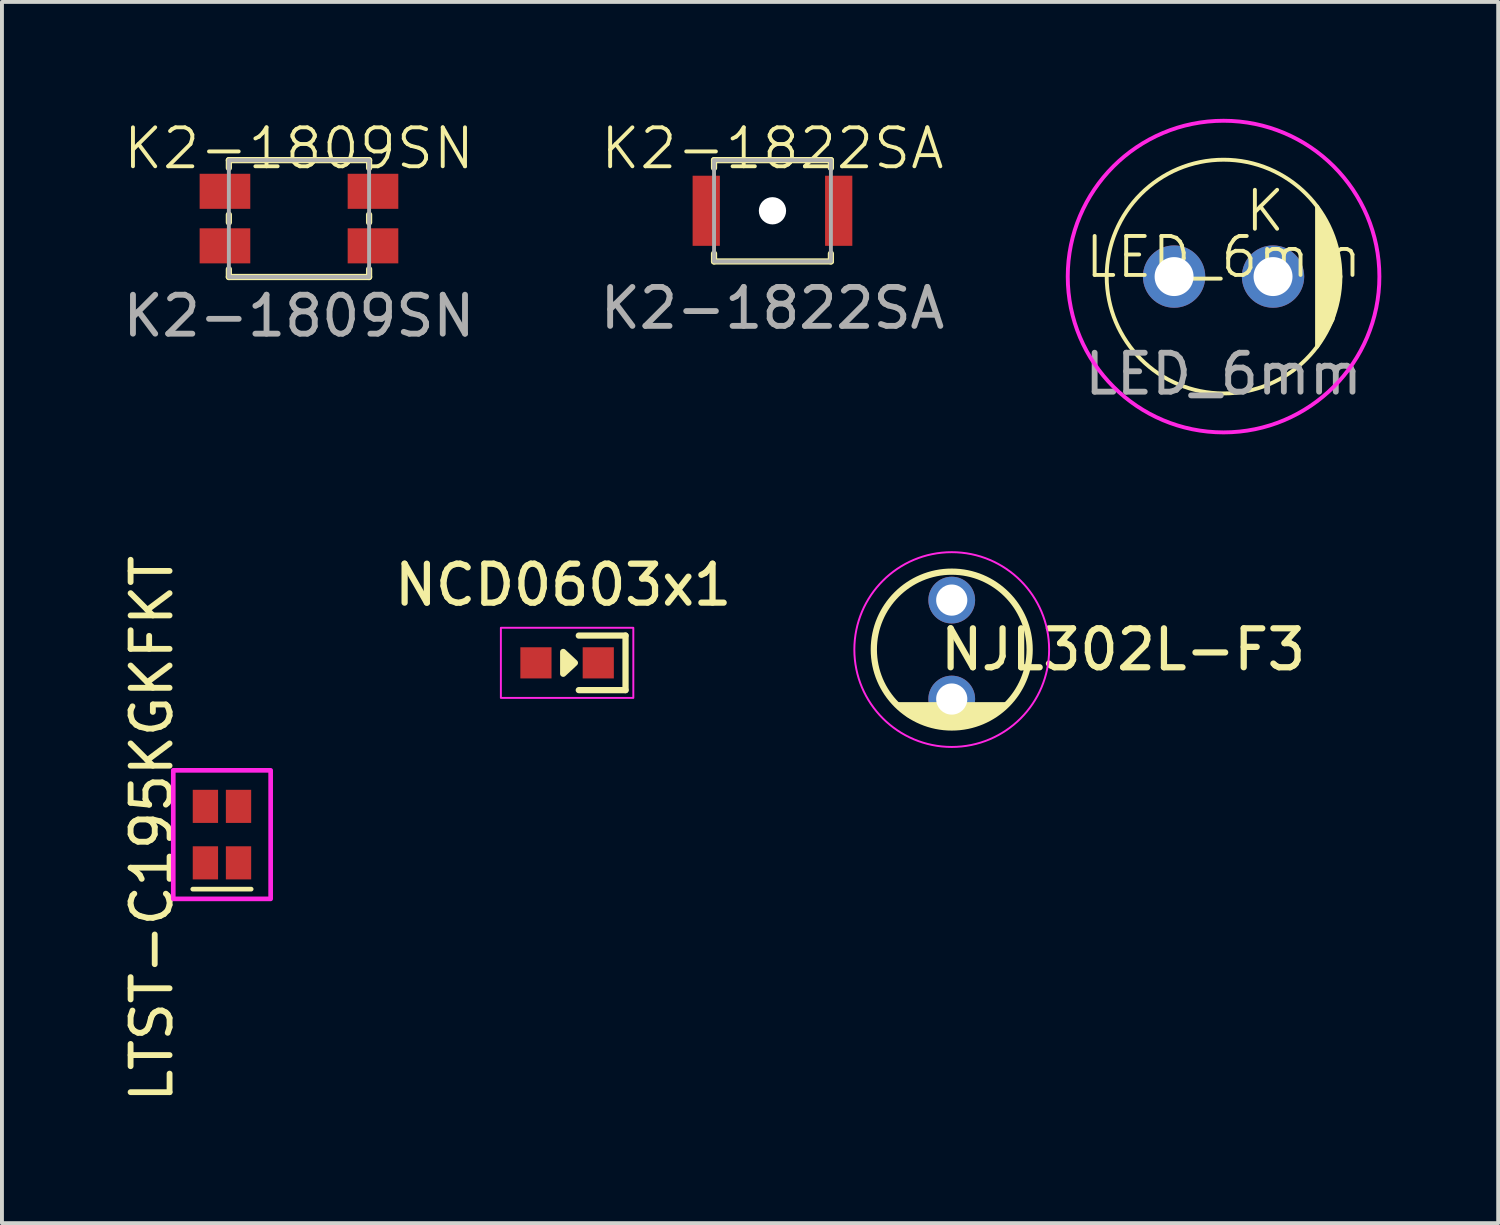
<source format=kicad_pcb>
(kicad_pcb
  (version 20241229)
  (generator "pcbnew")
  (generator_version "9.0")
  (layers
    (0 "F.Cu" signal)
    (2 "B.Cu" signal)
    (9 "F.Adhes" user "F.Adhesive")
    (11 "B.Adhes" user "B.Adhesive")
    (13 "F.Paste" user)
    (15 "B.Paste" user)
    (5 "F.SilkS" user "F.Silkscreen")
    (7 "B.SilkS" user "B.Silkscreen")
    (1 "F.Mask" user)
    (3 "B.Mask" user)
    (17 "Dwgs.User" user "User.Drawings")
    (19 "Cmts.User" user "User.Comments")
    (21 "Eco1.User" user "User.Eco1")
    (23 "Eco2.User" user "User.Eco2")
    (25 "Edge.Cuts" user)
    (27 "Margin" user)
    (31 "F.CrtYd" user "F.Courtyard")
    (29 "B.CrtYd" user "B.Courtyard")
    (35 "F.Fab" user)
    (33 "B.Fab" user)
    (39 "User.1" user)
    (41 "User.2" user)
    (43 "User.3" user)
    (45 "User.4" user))
  (footprint "NJL302L-F3"
    (layer "F.Cu")
    (at 21.382 13.625)
    (property "Reference" "NJL302L-F3" (at 4.4 0 0) (unlocked yes) (layer "F.SilkS") (effects (font (size 1 1) (thickness 0.16))))
    (attr through_hole)
    (fp_circle (center 0 0) (end 2 0) (stroke (width 0.16) (type solid)) (fill no) (layer "F.SilkS"))
    (fp_poly (pts (xy -1.4 1.4) (xy 1.4 1.4) (xy 1.2 1.6) (xy 0.9 1.8) (xy 0.5 1.9) (xy 0 2) (xy -0.6 1.9) (xy -1.1 1.7)) (stroke (width 0.1) (type solid)) (fill yes) (layer "F.SilkS"))
    (fp_circle (center 0 0) (end 2.5 0) (stroke (width 0.05) (type default)) (fill no) (layer "F.CrtYd"))
    (pad "1" thru_hole circle (at 0 -1.27) (size 1.2 1.2) (drill 0.8) (layers "*.Cu" "*.Mask"))
    (pad "2" thru_hole circle (at 0 1.27) (size 1.2 1.2) (drill 0.8) (layers "*.Cu" "*.Mask")))
  (footprint "K2-1822SA"
    (layer "F.Cu")
    (at 16.78 2.361)
    (property "Reference" "K2-1822SA" (at 0 -1.6 0) (unlocked yes) (layer "F.SilkS") (effects (font (size 1 1) (thickness 0.1))))
    (attr smd)
    (fp_line (start -1.5 -1.3) (end 1.5 -1.3) (stroke (width 0.16) (type default)) (layer "F.SilkS"))
    (fp_line (start -1.5 -1.1) (end -1.5 -1.3) (stroke (width 0.16) (type default)) (layer "F.SilkS"))
    (fp_line (start -1.5 1.3) (end -1.5 1.1) (stroke (width 0.16) (type default)) (layer "F.SilkS"))
    (fp_line (start -1.5 1.3) (end 1.5 1.3) (stroke (width 0.16) (type default)) (layer "F.SilkS"))
    (fp_line (start 1.5 -1.1) (end 1.5 -1.3) (stroke (width 0.16) (type default)) (layer "F.SilkS"))
    (fp_line (start 1.5 1.3) (end 1.5 1.1) (stroke (width 0.16) (type default)) (layer "F.SilkS"))
    (fp_rect (start -2.6 -1.9) (end 2.6 1.9) (stroke (width 0.1) (type default)) (fill no) (layer "Margin"))
    (fp_rect (start -1.5 -1.3) (end 1.5 1.3) (stroke (width 0.1) (type default)) (fill no) (layer "F.Fab"))
    (fp_text user "${REFERENCE}" (at 0 2.5 0) (unlocked yes) (layer "F.Fab") (effects (font (size 1 1) (thickness 0.15))))
    (pad "" np_thru_hole circle (at 0 0) (size 0.7 0.7) (drill 0.7) (layers "*.Cu" "*.Mask"))
    (pad "1" smd rect (at -1.7 0) (size 0.7 1.8) (layers "F.Cu" "F.Mask" "F.Paste"))
    (pad "2" smd rect (at 1.7 0) (size 0.7 1.8) (layers "F.Cu" "F.Mask" "F.Paste")))
  (footprint "K2-1809SN"
    (layer "F.Cu")
    (at 4.625 2.561)
    (property "Reference" "K2-1809SN" (at 0 -1.8 0) (unlocked yes) (layer "F.SilkS") (effects (font (size 1 1) (thickness 0.1))))
    (attr smd)
    (fp_line (start -1.8 -1.5) (end 1.8 -1.5) (stroke (width 0.16) (type default)) (layer "F.SilkS"))
    (fp_line (start -1.8 -1.3) (end -1.8 -1.5) (stroke (width 0.16) (type default)) (layer "F.SilkS"))
    (fp_line (start -1.8 0.1) (end -1.8 -0.1) (stroke (width 0.16) (type default)) (layer "F.SilkS"))
    (fp_line (start -1.8 1.5) (end -1.8 1.3) (stroke (width 0.16) (type default)) (layer "F.SilkS"))
    (fp_line (start 1.8 -1.5) (end 1.8 -1.3) (stroke (width 0.16) (type default)) (layer "F.SilkS"))
    (fp_line (start 1.8 -0.1) (end 1.8 0.1) (stroke (width 0.16) (type default)) (layer "F.SilkS"))
    (fp_line (start 1.8 1.3) (end 1.8 1.5) (stroke (width 0.16) (type default)) (layer "F.SilkS"))
    (fp_line (start 1.8 1.5) (end -1.8 1.5) (stroke (width 0.16) (type default)) (layer "F.SilkS"))
    (fp_rect (start -3.1 -2) (end 3.1 2) (stroke (width 0.1) (type default)) (fill no) (layer "Margin"))
    (fp_rect (start -1.8 -1.5) (end 1.8 1.5) (stroke (width 0.1) (type default)) (fill no) (layer "F.Fab"))
    (fp_text user "${REFERENCE}" (at 0 2.5 0) (unlocked yes) (layer "F.Fab") (effects (font (size 1 1) (thickness 0.15))))
    (pad "1" smd rect (at -1.9 -0.7) (size 1.3 0.9) (layers "F.Cu" "F.Mask" "F.Paste"))
    (pad "2" smd rect (at 1.9 -0.7) (size 1.3 0.9) (layers "F.Cu" "F.Mask" "F.Paste"))
    (pad "3" smd rect (at -1.9 0.7) (size 1.3 0.9) (layers "F.Cu" "F.Mask" "F.Paste"))
    (pad "4" smd rect (at 1.9 0.7) (size 1.3 0.9) (layers "F.Cu" "F.Mask" "F.Paste")))
  (footprint "LTST-C195KGKFKT"
    (layer "F.Cu")
    (at 2.648 18.375)
    (property "Reference" "LTST-C195KGKFKT" (at -1.8 -0.15 90) (unlocked yes) (layer "F.SilkS") (effects (font (size 1 1) (thickness 0.15))))
    (attr smd)
    (fp_line (start -0.75 1.4) (end 0.75 1.4) (stroke (width 0.12) (type solid)) (layer "F.SilkS"))
    (fp_rect (start -1.25 1.65) (end 1.25 -1.65) (stroke (width 0.12) (type solid)) (fill no) (layer "F.CrtYd"))
    (pad "1" smd rect (at 0.425 -0.725) (size 0.65 0.85) (layers "F.Cu" "F.Mask" "F.Paste"))
    (pad "2" smd rect (at -0.425 -0.725) (size 0.65 0.85) (layers "F.Cu" "F.Mask" "F.Paste"))
    (pad "3" smd rect (at 0.425 0.725) (size 0.65 0.85) (layers "F.Cu" "F.Mask" "F.Paste"))
    (pad "4" smd rect (at -0.425 0.725) (size 0.65 0.85) (layers "F.Cu" "F.Mask" "F.Paste")))
  (footprint "LED_6mm"
    (layer "F.Cu")
    (at 28.36 4.05)
    (property "Reference" "LED_6mm" (at 0 -0.5 0) (unlocked yes) (layer "F.SilkS") (effects (font (size 1 1) (thickness 0.1))))
    (attr through_hole)
    (fp_circle (center 0 0) (end 3 0) (stroke (width 0.1) (type default)) (fill no) (layer "F.SilkS"))
    (fp_poly (pts (xy 2.4 -1.8) (xy 2.4 1.8) (xy 2.8 1.1) (xy 3 0) (xy 2.8 -1)) (stroke (width 0.1) (type solid)) (fill yes) (layer "F.SilkS"))
    (fp_circle (center 0 0) (end 4 0) (stroke (width 0.1) (type default)) (fill no) (layer "F.CrtYd"))
    (fp_text user "K" (at 0.5 -1.1 0) (unlocked yes) (layer "F.SilkS") (effects (font (size 1 1) (thickness 0.1)) (justify left bottom)))
    (fp_text user "${REFERENCE}" (at 0 2.5 0) (unlocked yes) (layer "F.Fab") (effects (font (size 1 1) (thickness 0.15))))
    (pad "1" thru_hole circle (at -1.27 0) (size 1.6 1.6) (drill 1) (layers "*.Cu" "*.Mask"))
    (pad "2" thru_hole circle (at 1.27 0) (size 1.6 1.6) (drill 1) (layers "*.Cu" "*.Mask")))
  (footprint "NCD0603x1"
    (layer "F.Cu")
    (at 11.508 13.966)
    (property "Reference" "NCD0603x1" (at -0.1 -2 0) (unlocked yes) (layer "F.SilkS") (effects (font (size 1 1) (thickness 0.16))))
    (attr smd)
    (fp_line (start 0.3 -0.7) (end 1.5 -0.7) (stroke (width 0.16) (type solid)) (layer "F.SilkS"))
    (fp_line (start 1.5 -0.7) (end 1.5 0.7) (stroke (width 0.16) (type solid)) (layer "F.SilkS"))
    (fp_line (start 1.5 0.7) (end 0.3 0.7) (stroke (width 0.16) (type solid)) (layer "F.SilkS"))
    (fp_poly (pts (xy 0.2 0) (xy -0.1 -0.28) (xy -0.1 0.28)) (stroke (width 0.16) (type solid)) (fill yes) (layer "F.SilkS"))
    (fp_rect (start -1.7 -0.9) (end 1.7 0.9) (stroke (width 0.05) (type solid)) (fill no) (layer "F.CrtYd"))
    (pad "1" smd rect (at 0.8 0) (size 0.8 0.8) (layers "F.Cu" "F.Mask" "F.Paste"))
    (pad "2" smd rect (at -0.8 0) (size 0.8 0.8) (layers "F.Cu" "F.Mask" "F.Paste")))
  (gr_rect
    (start -3 -3)
    (end 35.41 28.35)
    (stroke (width 0.1) (type default))
    (fill no)
    (layer "Edge.Cuts")))
</source>
